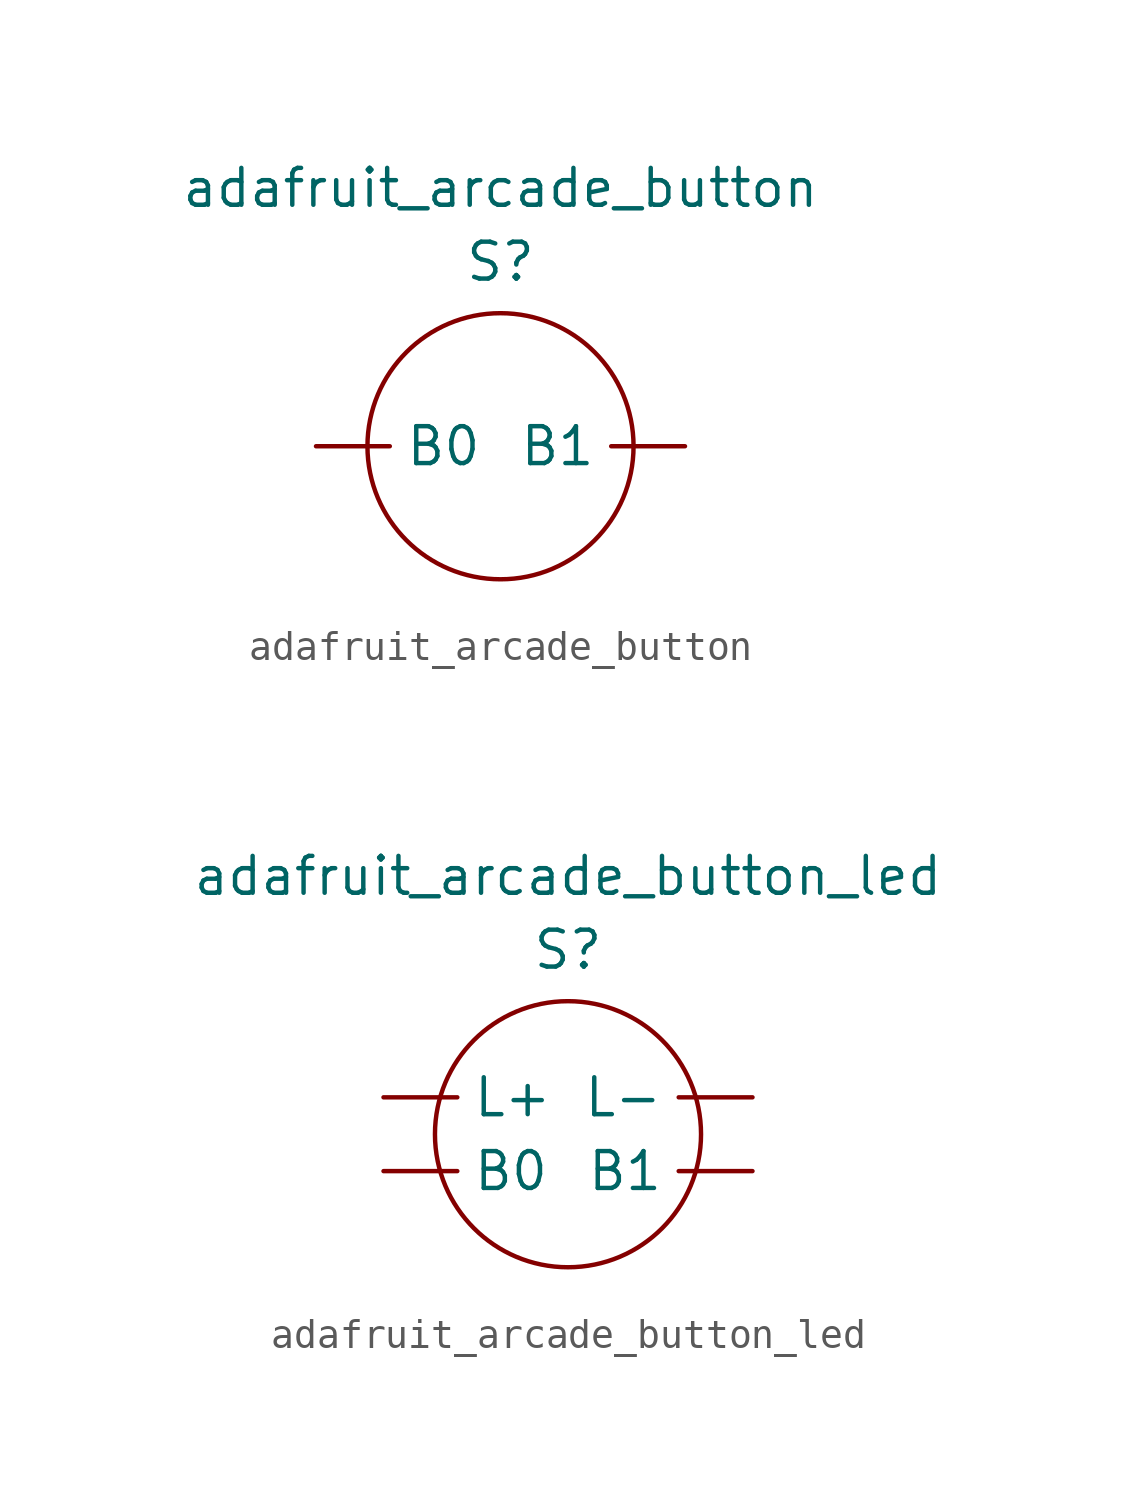
<source format=kicad_sym>
(kicad_symbol_lib
  (version 20211014)
  (generator kicad_symbol_editor)
  (symbol "adafruit_arcade_button"
    (property "Reference" "S"
      (at 0 6.35 0)
      (effects (font (size 1.27 1.27))))
    (property "Value" "adafruit_arcade_button"
      (at 0 8.89 0)
      (effects (font (size 1.27 1.27))))
    (symbol "adafruit_arcade_button_0_1"
      (circle (center 0 0) (radius 4.579) (stroke (width 0) (type default) (color 0 0 0 0)) (fill (type none))))
    (symbol "adafruit_arcade_button_1_1"
      (pin passive line (at -6.35 0 0) (length 2.54) (name "B0" (effects (font (size 1.27 1.27)))) (number "" (effects (font (size 1.27 1.27)))))
      (pin passive line (at 6.35 0 180) (length 2.54) (name "B1" (effects (font (size 1.27 1.27)))) (number "" (effects (font (size 1.27 1.27)))))))
  (symbol "adafruit_arcade_button_led"
    (property "Reference" "S"
      (at 0 6.35 0)
      (effects (font (size 1.27 1.27))))
    (property "Value" "adafruit_arcade_button_led"
      (at 0 8.89 0)
      (effects (font (size 1.27 1.27))))
    (symbol "adafruit_arcade_button_led_0_1"
      (circle (center 0 0) (radius 4.579) (stroke (width 0) (type default) (color 0 0 0 0)) (fill (type none))))
    (symbol "adafruit_arcade_button_led_1_1"
      (pin passive line (at -6.35 -1.27 0) (length 2.54) (name "B0" (effects (font (size 1.27 1.27)))) (number "" (effects (font (size 1.27 1.27)))))
      (pin passive line (at 6.35 -1.27 180) (length 2.54) (name "B1" (effects (font (size 1.27 1.27)))) (number "" (effects (font (size 1.27 1.27)))))
      (pin passive line (at -6.35 1.27 0) (length 2.54) (name "L+" (effects (font (size 1.27 1.27)))) (number "" (effects (font (size 1.27 1.27)))))
      (pin passive line (at 6.35 1.27 180) (length 2.54) (name "L-" (effects (font (size 1.27 1.27)))) (number "" (effects (font (size 1.27 1.27))))))))
</source>
